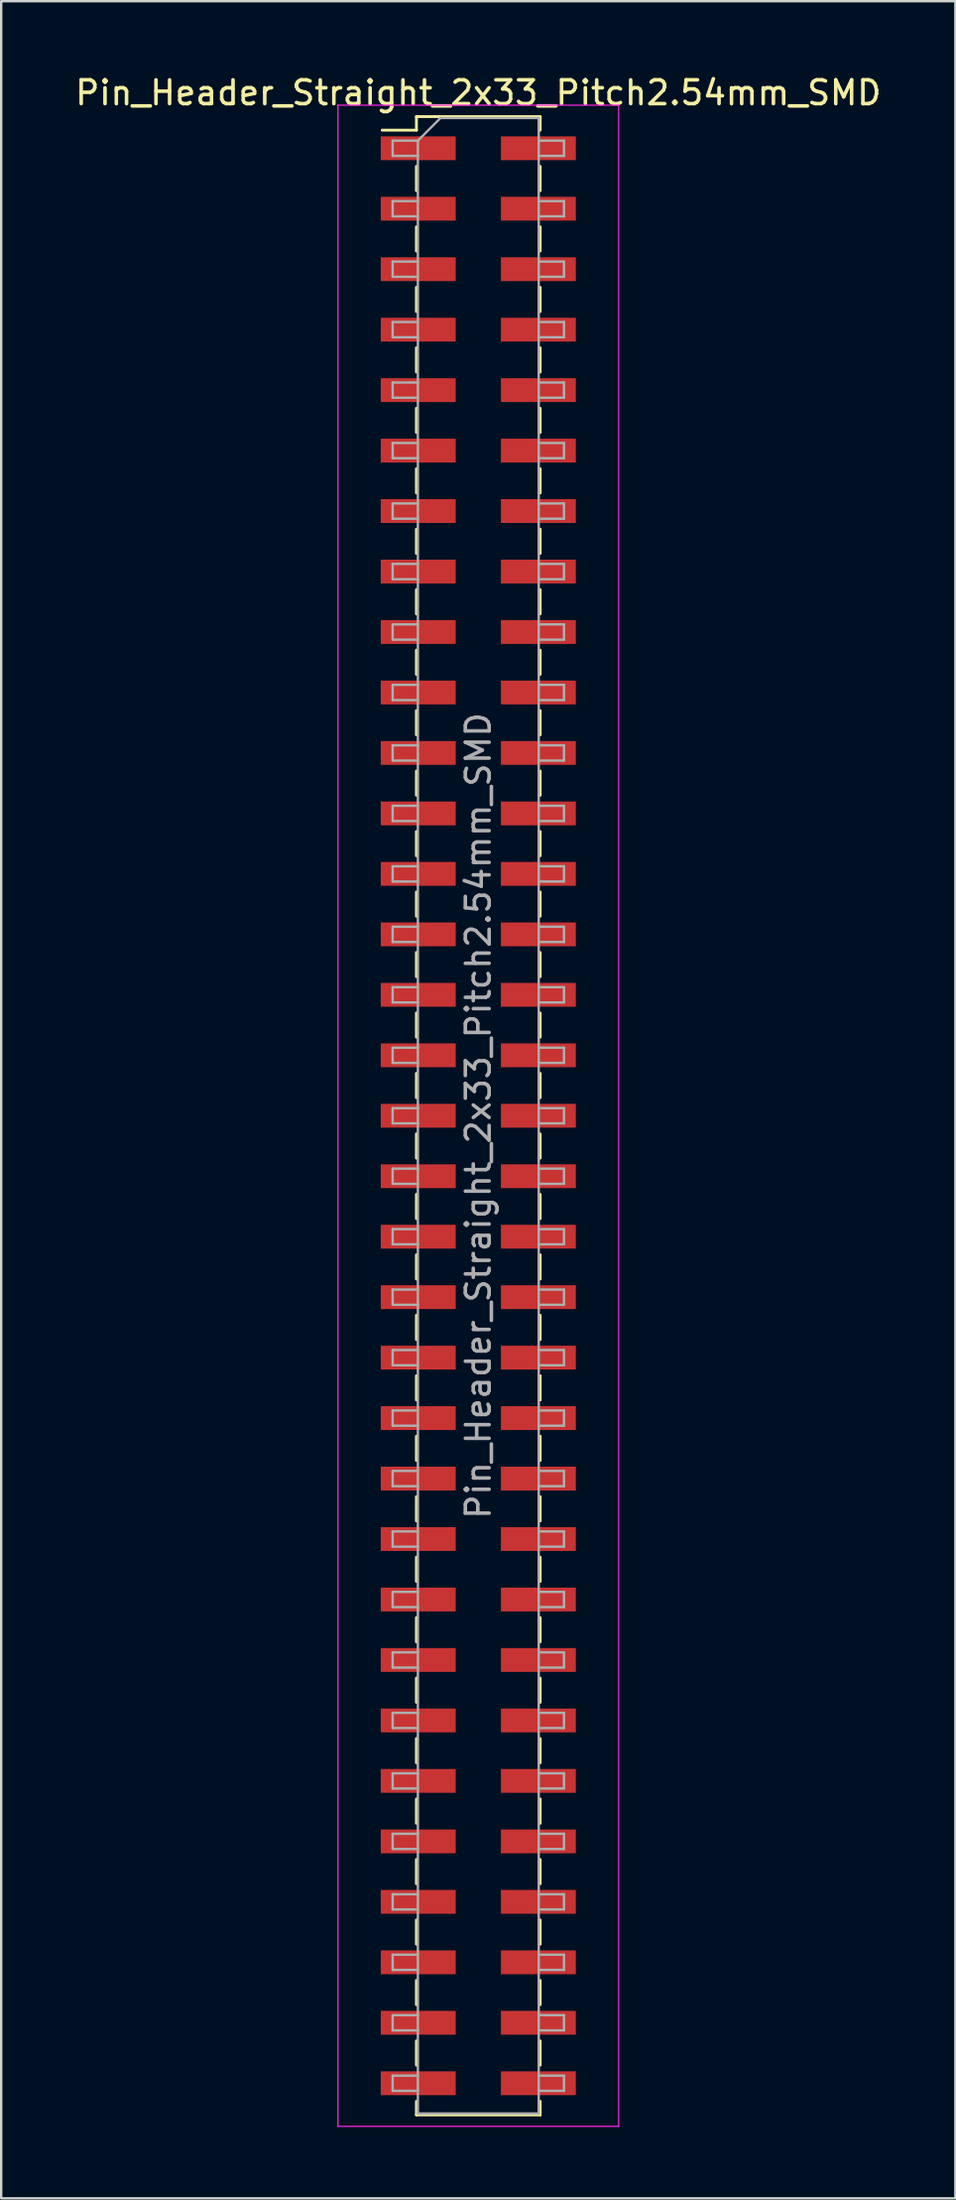
<source format=kicad_pcb>
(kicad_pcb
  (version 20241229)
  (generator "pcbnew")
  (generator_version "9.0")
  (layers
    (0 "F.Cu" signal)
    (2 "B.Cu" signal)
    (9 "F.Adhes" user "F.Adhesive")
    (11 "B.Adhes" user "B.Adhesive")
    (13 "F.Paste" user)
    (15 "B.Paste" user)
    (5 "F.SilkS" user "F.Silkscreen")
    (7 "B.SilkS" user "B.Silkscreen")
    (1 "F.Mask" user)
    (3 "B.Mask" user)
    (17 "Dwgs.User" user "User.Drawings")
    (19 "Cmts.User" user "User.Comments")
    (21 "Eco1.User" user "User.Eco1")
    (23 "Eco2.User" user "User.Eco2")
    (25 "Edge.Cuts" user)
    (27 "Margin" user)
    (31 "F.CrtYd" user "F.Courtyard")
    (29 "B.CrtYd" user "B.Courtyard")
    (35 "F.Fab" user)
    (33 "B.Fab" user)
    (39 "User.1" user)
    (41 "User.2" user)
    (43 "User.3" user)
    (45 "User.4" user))
  (footprint "Pin_Header_Straight_2x33_Pitch2.54mm_SMD"
    (layer "F.Cu")
    (at 17.054 43.818)
    (property "Reference" "Pin_Header_Straight_2x33_Pitch2.54mm_SMD" (at 0 -42.97 0) (layer "F.SilkS") (effects (font (size 1 1) (thickness 0.15))))
    (attr smd)
    (fp_line (start -4.04 -41.4) (end -2.6 -41.4) (stroke (width 0.12) (type solid)) (layer "F.SilkS"))
    (fp_line (start -2.6 -41.97) (end -2.6 -41.4) (stroke (width 0.12) (type solid)) (layer "F.SilkS"))
    (fp_line (start -2.6 -41.97) (end 2.6 -41.97) (stroke (width 0.12) (type solid)) (layer "F.SilkS"))
    (fp_line (start -2.6 -39.88) (end -2.6 -38.86) (stroke (width 0.12) (type solid)) (layer "F.SilkS"))
    (fp_line (start -2.6 -37.34) (end -2.6 -36.32) (stroke (width 0.12) (type solid)) (layer "F.SilkS"))
    (fp_line (start -2.6 -34.8) (end -2.6 -33.78) (stroke (width 0.12) (type solid)) (layer "F.SilkS"))
    (fp_line (start -2.6 -32.26) (end -2.6 -31.24) (stroke (width 0.12) (type solid)) (layer "F.SilkS"))
    (fp_line (start -2.6 -29.72) (end -2.6 -28.7) (stroke (width 0.12) (type solid)) (layer "F.SilkS"))
    (fp_line (start -2.6 -27.18) (end -2.6 -26.16) (stroke (width 0.12) (type solid)) (layer "F.SilkS"))
    (fp_line (start -2.6 -24.64) (end -2.6 -23.62) (stroke (width 0.12) (type solid)) (layer "F.SilkS"))
    (fp_line (start -2.6 -22.1) (end -2.6 -21.08) (stroke (width 0.12) (type solid)) (layer "F.SilkS"))
    (fp_line (start -2.6 -19.56) (end -2.6 -18.54) (stroke (width 0.12) (type solid)) (layer "F.SilkS"))
    (fp_line (start -2.6 -17.02) (end -2.6 -16) (stroke (width 0.12) (type solid)) (layer "F.SilkS"))
    (fp_line (start -2.6 -14.48) (end -2.6 -13.46) (stroke (width 0.12) (type solid)) (layer "F.SilkS"))
    (fp_line (start -2.6 -11.94) (end -2.6 -10.92) (stroke (width 0.12) (type solid)) (layer "F.SilkS"))
    (fp_line (start -2.6 -9.4) (end -2.6 -8.38) (stroke (width 0.12) (type solid)) (layer "F.SilkS"))
    (fp_line (start -2.6 -6.86) (end -2.6 -5.84) (stroke (width 0.12) (type solid)) (layer "F.SilkS"))
    (fp_line (start -2.6 -4.32) (end -2.6 -3.3) (stroke (width 0.12) (type solid)) (layer "F.SilkS"))
    (fp_line (start -2.6 -1.78) (end -2.6 -0.76) (stroke (width 0.12) (type solid)) (layer "F.SilkS"))
    (fp_line (start -2.6 0.76) (end -2.6 1.78) (stroke (width 0.12) (type solid)) (layer "F.SilkS"))
    (fp_line (start -2.6 3.3) (end -2.6 4.32) (stroke (width 0.12) (type solid)) (layer "F.SilkS"))
    (fp_line (start -2.6 5.84) (end -2.6 6.86) (stroke (width 0.12) (type solid)) (layer "F.SilkS"))
    (fp_line (start -2.6 8.38) (end -2.6 9.4) (stroke (width 0.12) (type solid)) (layer "F.SilkS"))
    (fp_line (start -2.6 10.92) (end -2.6 11.94) (stroke (width 0.12) (type solid)) (layer "F.SilkS"))
    (fp_line (start -2.6 13.46) (end -2.6 14.48) (stroke (width 0.12) (type solid)) (layer "F.SilkS"))
    (fp_line (start -2.6 16) (end -2.6 17.02) (stroke (width 0.12) (type solid)) (layer "F.SilkS"))
    (fp_line (start -2.6 18.54) (end -2.6 19.56) (stroke (width 0.12) (type solid)) (layer "F.SilkS"))
    (fp_line (start -2.6 21.08) (end -2.6 22.1) (stroke (width 0.12) (type solid)) (layer "F.SilkS"))
    (fp_line (start -2.6 23.62) (end -2.6 24.64) (stroke (width 0.12) (type solid)) (layer "F.SilkS"))
    (fp_line (start -2.6 26.16) (end -2.6 27.18) (stroke (width 0.12) (type solid)) (layer "F.SilkS"))
    (fp_line (start -2.6 28.7) (end -2.6 29.72) (stroke (width 0.12) (type solid)) (layer "F.SilkS"))
    (fp_line (start -2.6 31.24) (end -2.6 32.26) (stroke (width 0.12) (type solid)) (layer "F.SilkS"))
    (fp_line (start -2.6 33.78) (end -2.6 34.8) (stroke (width 0.12) (type solid)) (layer "F.SilkS"))
    (fp_line (start -2.6 36.32) (end -2.6 37.34) (stroke (width 0.12) (type solid)) (layer "F.SilkS"))
    (fp_line (start -2.6 38.86) (end -2.6 39.88) (stroke (width 0.12) (type solid)) (layer "F.SilkS"))
    (fp_line (start -2.6 41.4) (end -2.6 41.97) (stroke (width 0.12) (type solid)) (layer "F.SilkS"))
    (fp_line (start -2.6 41.97) (end 2.6 41.97) (stroke (width 0.12) (type solid)) (layer "F.SilkS"))
    (fp_line (start 2.6 -41.97) (end 2.6 -41.4) (stroke (width 0.12) (type solid)) (layer "F.SilkS"))
    (fp_line (start 2.6 -39.88) (end 2.6 -38.86) (stroke (width 0.12) (type solid)) (layer "F.SilkS"))
    (fp_line (start 2.6 -37.34) (end 2.6 -36.32) (stroke (width 0.12) (type solid)) (layer "F.SilkS"))
    (fp_line (start 2.6 -34.8) (end 2.6 -33.78) (stroke (width 0.12) (type solid)) (layer "F.SilkS"))
    (fp_line (start 2.6 -32.26) (end 2.6 -31.24) (stroke (width 0.12) (type solid)) (layer "F.SilkS"))
    (fp_line (start 2.6 -29.72) (end 2.6 -28.7) (stroke (width 0.12) (type solid)) (layer "F.SilkS"))
    (fp_line (start 2.6 -27.18) (end 2.6 -26.16) (stroke (width 0.12) (type solid)) (layer "F.SilkS"))
    (fp_line (start 2.6 -24.64) (end 2.6 -23.62) (stroke (width 0.12) (type solid)) (layer "F.SilkS"))
    (fp_line (start 2.6 -22.1) (end 2.6 -21.08) (stroke (width 0.12) (type solid)) (layer "F.SilkS"))
    (fp_line (start 2.6 -19.56) (end 2.6 -18.54) (stroke (width 0.12) (type solid)) (layer "F.SilkS"))
    (fp_line (start 2.6 -17.02) (end 2.6 -16) (stroke (width 0.12) (type solid)) (layer "F.SilkS"))
    (fp_line (start 2.6 -14.48) (end 2.6 -13.46) (stroke (width 0.12) (type solid)) (layer "F.SilkS"))
    (fp_line (start 2.6 -11.94) (end 2.6 -10.92) (stroke (width 0.12) (type solid)) (layer "F.SilkS"))
    (fp_line (start 2.6 -9.4) (end 2.6 -8.38) (stroke (width 0.12) (type solid)) (layer "F.SilkS"))
    (fp_line (start 2.6 -6.86) (end 2.6 -5.84) (stroke (width 0.12) (type solid)) (layer "F.SilkS"))
    (fp_line (start 2.6 -4.32) (end 2.6 -3.3) (stroke (width 0.12) (type solid)) (layer "F.SilkS"))
    (fp_line (start 2.6 -1.78) (end 2.6 -0.76) (stroke (width 0.12) (type solid)) (layer "F.SilkS"))
    (fp_line (start 2.6 0.76) (end 2.6 1.78) (stroke (width 0.12) (type solid)) (layer "F.SilkS"))
    (fp_line (start 2.6 3.3) (end 2.6 4.32) (stroke (width 0.12) (type solid)) (layer "F.SilkS"))
    (fp_line (start 2.6 5.84) (end 2.6 6.86) (stroke (width 0.12) (type solid)) (layer "F.SilkS"))
    (fp_line (start 2.6 8.38) (end 2.6 9.4) (stroke (width 0.12) (type solid)) (layer "F.SilkS"))
    (fp_line (start 2.6 10.92) (end 2.6 11.94) (stroke (width 0.12) (type solid)) (layer "F.SilkS"))
    (fp_line (start 2.6 13.46) (end 2.6 14.48) (stroke (width 0.12) (type solid)) (layer "F.SilkS"))
    (fp_line (start 2.6 16) (end 2.6 17.02) (stroke (width 0.12) (type solid)) (layer "F.SilkS"))
    (fp_line (start 2.6 18.54) (end 2.6 19.56) (stroke (width 0.12) (type solid)) (layer "F.SilkS"))
    (fp_line (start 2.6 21.08) (end 2.6 22.1) (stroke (width 0.12) (type solid)) (layer "F.SilkS"))
    (fp_line (start 2.6 23.62) (end 2.6 24.64) (stroke (width 0.12) (type solid)) (layer "F.SilkS"))
    (fp_line (start 2.6 26.16) (end 2.6 27.18) (stroke (width 0.12) (type solid)) (layer "F.SilkS"))
    (fp_line (start 2.6 28.7) (end 2.6 29.72) (stroke (width 0.12) (type solid)) (layer "F.SilkS"))
    (fp_line (start 2.6 31.24) (end 2.6 32.26) (stroke (width 0.12) (type solid)) (layer "F.SilkS"))
    (fp_line (start 2.6 33.78) (end 2.6 34.8) (stroke (width 0.12) (type solid)) (layer "F.SilkS"))
    (fp_line (start 2.6 36.32) (end 2.6 37.34) (stroke (width 0.12) (type solid)) (layer "F.SilkS"))
    (fp_line (start 2.6 38.86) (end 2.6 39.88) (stroke (width 0.12) (type solid)) (layer "F.SilkS"))
    (fp_line (start 2.6 41.4) (end 2.6 41.97) (stroke (width 0.12) (type solid)) (layer "F.SilkS"))
    (fp_line (start -5.9 -42.45) (end -5.9 42.45) (stroke (width 0.05) (type solid)) (layer "F.CrtYd"))
    (fp_line (start -5.9 42.45) (end 5.9 42.45) (stroke (width 0.05) (type solid)) (layer "F.CrtYd"))
    (fp_line (start 5.9 -42.45) (end -5.9 -42.45) (stroke (width 0.05) (type solid)) (layer "F.CrtYd"))
    (fp_line (start 5.9 42.45) (end 5.9 -42.45) (stroke (width 0.05) (type solid)) (layer "F.CrtYd"))
    (fp_line (start -3.6 -40.96) (end -3.6 -40.32) (stroke (width 0.1) (type solid)) (layer "F.Fab"))
    (fp_line (start -3.6 -40.32) (end -2.54 -40.32) (stroke (width 0.1) (type solid)) (layer "F.Fab"))
    (fp_line (start -3.6 -38.42) (end -3.6 -37.78) (stroke (width 0.1) (type solid)) (layer "F.Fab"))
    (fp_line (start -3.6 -37.78) (end -2.54 -37.78) (stroke (width 0.1) (type solid)) (layer "F.Fab"))
    (fp_line (start -3.6 -35.88) (end -3.6 -35.24) (stroke (width 0.1) (type solid)) (layer "F.Fab"))
    (fp_line (start -3.6 -35.24) (end -2.54 -35.24) (stroke (width 0.1) (type solid)) (layer "F.Fab"))
    (fp_line (start -3.6 -33.34) (end -3.6 -32.7) (stroke (width 0.1) (type solid)) (layer "F.Fab"))
    (fp_line (start -3.6 -32.7) (end -2.54 -32.7) (stroke (width 0.1) (type solid)) (layer "F.Fab"))
    (fp_line (start -3.6 -30.8) (end -3.6 -30.16) (stroke (width 0.1) (type solid)) (layer "F.Fab"))
    (fp_line (start -3.6 -30.16) (end -2.54 -30.16) (stroke (width 0.1) (type solid)) (layer "F.Fab"))
    (fp_line (start -3.6 -28.26) (end -3.6 -27.62) (stroke (width 0.1) (type solid)) (layer "F.Fab"))
    (fp_line (start -3.6 -27.62) (end -2.54 -27.62) (stroke (width 0.1) (type solid)) (layer "F.Fab"))
    (fp_line (start -3.6 -25.72) (end -3.6 -25.08) (stroke (width 0.1) (type solid)) (layer "F.Fab"))
    (fp_line (start -3.6 -25.08) (end -2.54 -25.08) (stroke (width 0.1) (type solid)) (layer "F.Fab"))
    (fp_line (start -3.6 -23.18) (end -3.6 -22.54) (stroke (width 0.1) (type solid)) (layer "F.Fab"))
    (fp_line (start -3.6 -22.54) (end -2.54 -22.54) (stroke (width 0.1) (type solid)) (layer "F.Fab"))
    (fp_line (start -3.6 -20.64) (end -3.6 -20) (stroke (width 0.1) (type solid)) (layer "F.Fab"))
    (fp_line (start -3.6 -20) (end -2.54 -20) (stroke (width 0.1) (type solid)) (layer "F.Fab"))
    (fp_line (start -3.6 -18.1) (end -3.6 -17.46) (stroke (width 0.1) (type solid)) (layer "F.Fab"))
    (fp_line (start -3.6 -17.46) (end -2.54 -17.46) (stroke (width 0.1) (type solid)) (layer "F.Fab"))
    (fp_line (start -3.6 -15.56) (end -3.6 -14.92) (stroke (width 0.1) (type solid)) (layer "F.Fab"))
    (fp_line (start -3.6 -14.92) (end -2.54 -14.92) (stroke (width 0.1) (type solid)) (layer "F.Fab"))
    (fp_line (start -3.6 -13.02) (end -3.6 -12.38) (stroke (width 0.1) (type solid)) (layer "F.Fab"))
    (fp_line (start -3.6 -12.38) (end -2.54 -12.38) (stroke (width 0.1) (type solid)) (layer "F.Fab"))
    (fp_line (start -3.6 -10.48) (end -3.6 -9.84) (stroke (width 0.1) (type solid)) (layer "F.Fab"))
    (fp_line (start -3.6 -9.84) (end -2.54 -9.84) (stroke (width 0.1) (type solid)) (layer "F.Fab"))
    (fp_line (start -3.6 -7.94) (end -3.6 -7.3) (stroke (width 0.1) (type solid)) (layer "F.Fab"))
    (fp_line (start -3.6 -7.3) (end -2.54 -7.3) (stroke (width 0.1) (type solid)) (layer "F.Fab"))
    (fp_line (start -3.6 -5.4) (end -3.6 -4.76) (stroke (width 0.1) (type solid)) (layer "F.Fab"))
    (fp_line (start -3.6 -4.76) (end -2.54 -4.76) (stroke (width 0.1) (type solid)) (layer "F.Fab"))
    (fp_line (start -3.6 -2.86) (end -3.6 -2.22) (stroke (width 0.1) (type solid)) (layer "F.Fab"))
    (fp_line (start -3.6 -2.22) (end -2.54 -2.22) (stroke (width 0.1) (type solid)) (layer "F.Fab"))
    (fp_line (start -3.6 -0.32) (end -3.6 0.32) (stroke (width 0.1) (type solid)) (layer "F.Fab"))
    (fp_line (start -3.6 0.32) (end -2.54 0.32) (stroke (width 0.1) (type solid)) (layer "F.Fab"))
    (fp_line (start -3.6 2.22) (end -3.6 2.86) (stroke (width 0.1) (type solid)) (layer "F.Fab"))
    (fp_line (start -3.6 2.86) (end -2.54 2.86) (stroke (width 0.1) (type solid)) (layer "F.Fab"))
    (fp_line (start -3.6 4.76) (end -3.6 5.4) (stroke (width 0.1) (type solid)) (layer "F.Fab"))
    (fp_line (start -3.6 5.4) (end -2.54 5.4) (stroke (width 0.1) (type solid)) (layer "F.Fab"))
    (fp_line (start -3.6 7.3) (end -3.6 7.94) (stroke (width 0.1) (type solid)) (layer "F.Fab"))
    (fp_line (start -3.6 7.94) (end -2.54 7.94) (stroke (width 0.1) (type solid)) (layer "F.Fab"))
    (fp_line (start -3.6 9.84) (end -3.6 10.48) (stroke (width 0.1) (type solid)) (layer "F.Fab"))
    (fp_line (start -3.6 10.48) (end -2.54 10.48) (stroke (width 0.1) (type solid)) (layer "F.Fab"))
    (fp_line (start -3.6 12.38) (end -3.6 13.02) (stroke (width 0.1) (type solid)) (layer "F.Fab"))
    (fp_line (start -3.6 13.02) (end -2.54 13.02) (stroke (width 0.1) (type solid)) (layer "F.Fab"))
    (fp_line (start -3.6 14.92) (end -3.6 15.56) (stroke (width 0.1) (type solid)) (layer "F.Fab"))
    (fp_line (start -3.6 15.56) (end -2.54 15.56) (stroke (width 0.1) (type solid)) (layer "F.Fab"))
    (fp_line (start -3.6 17.46) (end -3.6 18.1) (stroke (width 0.1) (type solid)) (layer "F.Fab"))
    (fp_line (start -3.6 18.1) (end -2.54 18.1) (stroke (width 0.1) (type solid)) (layer "F.Fab"))
    (fp_line (start -3.6 20) (end -3.6 20.64) (stroke (width 0.1) (type solid)) (layer "F.Fab"))
    (fp_line (start -3.6 20.64) (end -2.54 20.64) (stroke (width 0.1) (type solid)) (layer "F.Fab"))
    (fp_line (start -3.6 22.54) (end -3.6 23.18) (stroke (width 0.1) (type solid)) (layer "F.Fab"))
    (fp_line (start -3.6 23.18) (end -2.54 23.18) (stroke (width 0.1) (type solid)) (layer "F.Fab"))
    (fp_line (start -3.6 25.08) (end -3.6 25.72) (stroke (width 0.1) (type solid)) (layer "F.Fab"))
    (fp_line (start -3.6 25.72) (end -2.54 25.72) (stroke (width 0.1) (type solid)) (layer "F.Fab"))
    (fp_line (start -3.6 27.62) (end -3.6 28.26) (stroke (width 0.1) (type solid)) (layer "F.Fab"))
    (fp_line (start -3.6 28.26) (end -2.54 28.26) (stroke (width 0.1) (type solid)) (layer "F.Fab"))
    (fp_line (start -3.6 30.16) (end -3.6 30.8) (stroke (width 0.1) (type solid)) (layer "F.Fab"))
    (fp_line (start -3.6 30.8) (end -2.54 30.8) (stroke (width 0.1) (type solid)) (layer "F.Fab"))
    (fp_line (start -3.6 32.7) (end -3.6 33.34) (stroke (width 0.1) (type solid)) (layer "F.Fab"))
    (fp_line (start -3.6 33.34) (end -2.54 33.34) (stroke (width 0.1) (type solid)) (layer "F.Fab"))
    (fp_line (start -3.6 35.24) (end -3.6 35.88) (stroke (width 0.1) (type solid)) (layer "F.Fab"))
    (fp_line (start -3.6 35.88) (end -2.54 35.88) (stroke (width 0.1) (type solid)) (layer "F.Fab"))
    (fp_line (start -3.6 37.78) (end -3.6 38.42) (stroke (width 0.1) (type solid)) (layer "F.Fab"))
    (fp_line (start -3.6 38.42) (end -2.54 38.42) (stroke (width 0.1) (type solid)) (layer "F.Fab"))
    (fp_line (start -3.6 40.32) (end -3.6 40.96) (stroke (width 0.1) (type solid)) (layer "F.Fab"))
    (fp_line (start -3.6 40.96) (end -2.54 40.96) (stroke (width 0.1) (type solid)) (layer "F.Fab"))
    (fp_line (start -2.54 -40.96) (end -3.6 -40.96) (stroke (width 0.1) (type solid)) (layer "F.Fab"))
    (fp_line (start -2.54 -40.96) (end -1.59 -41.91) (stroke (width 0.1) (type solid)) (layer "F.Fab"))
    (fp_line (start -2.54 -38.42) (end -3.6 -38.42) (stroke (width 0.1) (type solid)) (layer "F.Fab"))
    (fp_line (start -2.54 -35.88) (end -3.6 -35.88) (stroke (width 0.1) (type solid)) (layer "F.Fab"))
    (fp_line (start -2.54 -33.34) (end -3.6 -33.34) (stroke (width 0.1) (type solid)) (layer "F.Fab"))
    (fp_line (start -2.54 -30.8) (end -3.6 -30.8) (stroke (width 0.1) (type solid)) (layer "F.Fab"))
    (fp_line (start -2.54 -28.26) (end -3.6 -28.26) (stroke (width 0.1) (type solid)) (layer "F.Fab"))
    (fp_line (start -2.54 -25.72) (end -3.6 -25.72) (stroke (width 0.1) (type solid)) (layer "F.Fab"))
    (fp_line (start -2.54 -23.18) (end -3.6 -23.18) (stroke (width 0.1) (type solid)) (layer "F.Fab"))
    (fp_line (start -2.54 -20.64) (end -3.6 -20.64) (stroke (width 0.1) (type solid)) (layer "F.Fab"))
    (fp_line (start -2.54 -18.1) (end -3.6 -18.1) (stroke (width 0.1) (type solid)) (layer "F.Fab"))
    (fp_line (start -2.54 -15.56) (end -3.6 -15.56) (stroke (width 0.1) (type solid)) (layer "F.Fab"))
    (fp_line (start -2.54 -13.02) (end -3.6 -13.02) (stroke (width 0.1) (type solid)) (layer "F.Fab"))
    (fp_line (start -2.54 -10.48) (end -3.6 -10.48) (stroke (width 0.1) (type solid)) (layer "F.Fab"))
    (fp_line (start -2.54 -7.94) (end -3.6 -7.94) (stroke (width 0.1) (type solid)) (layer "F.Fab"))
    (fp_line (start -2.54 -5.4) (end -3.6 -5.4) (stroke (width 0.1) (type solid)) (layer "F.Fab"))
    (fp_line (start -2.54 -2.86) (end -3.6 -2.86) (stroke (width 0.1) (type solid)) (layer "F.Fab"))
    (fp_line (start -2.54 -0.32) (end -3.6 -0.32) (stroke (width 0.1) (type solid)) (layer "F.Fab"))
    (fp_line (start -2.54 2.22) (end -3.6 2.22) (stroke (width 0.1) (type solid)) (layer "F.Fab"))
    (fp_line (start -2.54 4.76) (end -3.6 4.76) (stroke (width 0.1) (type solid)) (layer "F.Fab"))
    (fp_line (start -2.54 7.3) (end -3.6 7.3) (stroke (width 0.1) (type solid)) (layer "F.Fab"))
    (fp_line (start -2.54 9.84) (end -3.6 9.84) (stroke (width 0.1) (type solid)) (layer "F.Fab"))
    (fp_line (start -2.54 12.38) (end -3.6 12.38) (stroke (width 0.1) (type solid)) (layer "F.Fab"))
    (fp_line (start -2.54 14.92) (end -3.6 14.92) (stroke (width 0.1) (type solid)) (layer "F.Fab"))
    (fp_line (start -2.54 17.46) (end -3.6 17.46) (stroke (width 0.1) (type solid)) (layer "F.Fab"))
    (fp_line (start -2.54 20) (end -3.6 20) (stroke (width 0.1) (type solid)) (layer "F.Fab"))
    (fp_line (start -2.54 22.54) (end -3.6 22.54) (stroke (width 0.1) (type solid)) (layer "F.Fab"))
    (fp_line (start -2.54 25.08) (end -3.6 25.08) (stroke (width 0.1) (type solid)) (layer "F.Fab"))
    (fp_line (start -2.54 27.62) (end -3.6 27.62) (stroke (width 0.1) (type solid)) (layer "F.Fab"))
    (fp_line (start -2.54 30.16) (end -3.6 30.16) (stroke (width 0.1) (type solid)) (layer "F.Fab"))
    (fp_line (start -2.54 32.7) (end -3.6 32.7) (stroke (width 0.1) (type solid)) (layer "F.Fab"))
    (fp_line (start -2.54 35.24) (end -3.6 35.24) (stroke (width 0.1) (type solid)) (layer "F.Fab"))
    (fp_line (start -2.54 37.78) (end -3.6 37.78) (stroke (width 0.1) (type solid)) (layer "F.Fab"))
    (fp_line (start -2.54 40.32) (end -3.6 40.32) (stroke (width 0.1) (type solid)) (layer "F.Fab"))
    (fp_line (start -2.54 41.91) (end -2.54 -40.96) (stroke (width 0.1) (type solid)) (layer "F.Fab"))
    (fp_line (start -1.59 -41.91) (end 2.54 -41.91) (stroke (width 0.1) (type solid)) (layer "F.Fab"))
    (fp_line (start 2.54 -41.91) (end 2.54 41.91) (stroke (width 0.1) (type solid)) (layer "F.Fab"))
    (fp_line (start 2.54 -40.96) (end 3.6 -40.96) (stroke (width 0.1) (type solid)) (layer "F.Fab"))
    (fp_line (start 2.54 -38.42) (end 3.6 -38.42) (stroke (width 0.1) (type solid)) (layer "F.Fab"))
    (fp_line (start 2.54 -35.88) (end 3.6 -35.88) (stroke (width 0.1) (type solid)) (layer "F.Fab"))
    (fp_line (start 2.54 -33.34) (end 3.6 -33.34) (stroke (width 0.1) (type solid)) (layer "F.Fab"))
    (fp_line (start 2.54 -30.8) (end 3.6 -30.8) (stroke (width 0.1) (type solid)) (layer "F.Fab"))
    (fp_line (start 2.54 -28.26) (end 3.6 -28.26) (stroke (width 0.1) (type solid)) (layer "F.Fab"))
    (fp_line (start 2.54 -25.72) (end 3.6 -25.72) (stroke (width 0.1) (type solid)) (layer "F.Fab"))
    (fp_line (start 2.54 -23.18) (end 3.6 -23.18) (stroke (width 0.1) (type solid)) (layer "F.Fab"))
    (fp_line (start 2.54 -20.64) (end 3.6 -20.64) (stroke (width 0.1) (type solid)) (layer "F.Fab"))
    (fp_line (start 2.54 -18.1) (end 3.6 -18.1) (stroke (width 0.1) (type solid)) (layer "F.Fab"))
    (fp_line (start 2.54 -15.56) (end 3.6 -15.56) (stroke (width 0.1) (type solid)) (layer "F.Fab"))
    (fp_line (start 2.54 -13.02) (end 3.6 -13.02) (stroke (width 0.1) (type solid)) (layer "F.Fab"))
    (fp_line (start 2.54 -10.48) (end 3.6 -10.48) (stroke (width 0.1) (type solid)) (layer "F.Fab"))
    (fp_line (start 2.54 -7.94) (end 3.6 -7.94) (stroke (width 0.1) (type solid)) (layer "F.Fab"))
    (fp_line (start 2.54 -5.4) (end 3.6 -5.4) (stroke (width 0.1) (type solid)) (layer "F.Fab"))
    (fp_line (start 2.54 -2.86) (end 3.6 -2.86) (stroke (width 0.1) (type solid)) (layer "F.Fab"))
    (fp_line (start 2.54 -0.32) (end 3.6 -0.32) (stroke (width 0.1) (type solid)) (layer "F.Fab"))
    (fp_line (start 2.54 2.22) (end 3.6 2.22) (stroke (width 0.1) (type solid)) (layer "F.Fab"))
    (fp_line (start 2.54 4.76) (end 3.6 4.76) (stroke (width 0.1) (type solid)) (layer "F.Fab"))
    (fp_line (start 2.54 7.3) (end 3.6 7.3) (stroke (width 0.1) (type solid)) (layer "F.Fab"))
    (fp_line (start 2.54 9.84) (end 3.6 9.84) (stroke (width 0.1) (type solid)) (layer "F.Fab"))
    (fp_line (start 2.54 12.38) (end 3.6 12.38) (stroke (width 0.1) (type solid)) (layer "F.Fab"))
    (fp_line (start 2.54 14.92) (end 3.6 14.92) (stroke (width 0.1) (type solid)) (layer "F.Fab"))
    (fp_line (start 2.54 17.46) (end 3.6 17.46) (stroke (width 0.1) (type solid)) (layer "F.Fab"))
    (fp_line (start 2.54 20) (end 3.6 20) (stroke (width 0.1) (type solid)) (layer "F.Fab"))
    (fp_line (start 2.54 22.54) (end 3.6 22.54) (stroke (width 0.1) (type solid)) (layer "F.Fab"))
    (fp_line (start 2.54 25.08) (end 3.6 25.08) (stroke (width 0.1) (type solid)) (layer "F.Fab"))
    (fp_line (start 2.54 27.62) (end 3.6 27.62) (stroke (width 0.1) (type solid)) (layer "F.Fab"))
    (fp_line (start 2.54 30.16) (end 3.6 30.16) (stroke (width 0.1) (type solid)) (layer "F.Fab"))
    (fp_line (start 2.54 32.7) (end 3.6 32.7) (stroke (width 0.1) (type solid)) (layer "F.Fab"))
    (fp_line (start 2.54 35.24) (end 3.6 35.24) (stroke (width 0.1) (type solid)) (layer "F.Fab"))
    (fp_line (start 2.54 37.78) (end 3.6 37.78) (stroke (width 0.1) (type solid)) (layer "F.Fab"))
    (fp_line (start 2.54 40.32) (end 3.6 40.32) (stroke (width 0.1) (type solid)) (layer "F.Fab"))
    (fp_line (start 2.54 41.91) (end -2.54 41.91) (stroke (width 0.1) (type solid)) (layer "F.Fab"))
    (fp_line (start 3.6 -40.96) (end 3.6 -40.32) (stroke (width 0.1) (type solid)) (layer "F.Fab"))
    (fp_line (start 3.6 -40.32) (end 2.54 -40.32) (stroke (width 0.1) (type solid)) (layer "F.Fab"))
    (fp_line (start 3.6 -38.42) (end 3.6 -37.78) (stroke (width 0.1) (type solid)) (layer "F.Fab"))
    (fp_line (start 3.6 -37.78) (end 2.54 -37.78) (stroke (width 0.1) (type solid)) (layer "F.Fab"))
    (fp_line (start 3.6 -35.88) (end 3.6 -35.24) (stroke (width 0.1) (type solid)) (layer "F.Fab"))
    (fp_line (start 3.6 -35.24) (end 2.54 -35.24) (stroke (width 0.1) (type solid)) (layer "F.Fab"))
    (fp_line (start 3.6 -33.34) (end 3.6 -32.7) (stroke (width 0.1) (type solid)) (layer "F.Fab"))
    (fp_line (start 3.6 -32.7) (end 2.54 -32.7) (stroke (width 0.1) (type solid)) (layer "F.Fab"))
    (fp_line (start 3.6 -30.8) (end 3.6 -30.16) (stroke (width 0.1) (type solid)) (layer "F.Fab"))
    (fp_line (start 3.6 -30.16) (end 2.54 -30.16) (stroke (width 0.1) (type solid)) (layer "F.Fab"))
    (fp_line (start 3.6 -28.26) (end 3.6 -27.62) (stroke (width 0.1) (type solid)) (layer "F.Fab"))
    (fp_line (start 3.6 -27.62) (end 2.54 -27.62) (stroke (width 0.1) (type solid)) (layer "F.Fab"))
    (fp_line (start 3.6 -25.72) (end 3.6 -25.08) (stroke (width 0.1) (type solid)) (layer "F.Fab"))
    (fp_line (start 3.6 -25.08) (end 2.54 -25.08) (stroke (width 0.1) (type solid)) (layer "F.Fab"))
    (fp_line (start 3.6 -23.18) (end 3.6 -22.54) (stroke (width 0.1) (type solid)) (layer "F.Fab"))
    (fp_line (start 3.6 -22.54) (end 2.54 -22.54) (stroke (width 0.1) (type solid)) (layer "F.Fab"))
    (fp_line (start 3.6 -20.64) (end 3.6 -20) (stroke (width 0.1) (type solid)) (layer "F.Fab"))
    (fp_line (start 3.6 -20) (end 2.54 -20) (stroke (width 0.1) (type solid)) (layer "F.Fab"))
    (fp_line (start 3.6 -18.1) (end 3.6 -17.46) (stroke (width 0.1) (type solid)) (layer "F.Fab"))
    (fp_line (start 3.6 -17.46) (end 2.54 -17.46) (stroke (width 0.1) (type solid)) (layer "F.Fab"))
    (fp_line (start 3.6 -15.56) (end 3.6 -14.92) (stroke (width 0.1) (type solid)) (layer "F.Fab"))
    (fp_line (start 3.6 -14.92) (end 2.54 -14.92) (stroke (width 0.1) (type solid)) (layer "F.Fab"))
    (fp_line (start 3.6 -13.02) (end 3.6 -12.38) (stroke (width 0.1) (type solid)) (layer "F.Fab"))
    (fp_line (start 3.6 -12.38) (end 2.54 -12.38) (stroke (width 0.1) (type solid)) (layer "F.Fab"))
    (fp_line (start 3.6 -10.48) (end 3.6 -9.84) (stroke (width 0.1) (type solid)) (layer "F.Fab"))
    (fp_line (start 3.6 -9.84) (end 2.54 -9.84) (stroke (width 0.1) (type solid)) (layer "F.Fab"))
    (fp_line (start 3.6 -7.94) (end 3.6 -7.3) (stroke (width 0.1) (type solid)) (layer "F.Fab"))
    (fp_line (start 3.6 -7.3) (end 2.54 -7.3) (stroke (width 0.1) (type solid)) (layer "F.Fab"))
    (fp_line (start 3.6 -5.4) (end 3.6 -4.76) (stroke (width 0.1) (type solid)) (layer "F.Fab"))
    (fp_line (start 3.6 -4.76) (end 2.54 -4.76) (stroke (width 0.1) (type solid)) (layer "F.Fab"))
    (fp_line (start 3.6 -2.86) (end 3.6 -2.22) (stroke (width 0.1) (type solid)) (layer "F.Fab"))
    (fp_line (start 3.6 -2.22) (end 2.54 -2.22) (stroke (width 0.1) (type solid)) (layer "F.Fab"))
    (fp_line (start 3.6 -0.32) (end 3.6 0.32) (stroke (width 0.1) (type solid)) (layer "F.Fab"))
    (fp_line (start 3.6 0.32) (end 2.54 0.32) (stroke (width 0.1) (type solid)) (layer "F.Fab"))
    (fp_line (start 3.6 2.22) (end 3.6 2.86) (stroke (width 0.1) (type solid)) (layer "F.Fab"))
    (fp_line (start 3.6 2.86) (end 2.54 2.86) (stroke (width 0.1) (type solid)) (layer "F.Fab"))
    (fp_line (start 3.6 4.76) (end 3.6 5.4) (stroke (width 0.1) (type solid)) (layer "F.Fab"))
    (fp_line (start 3.6 5.4) (end 2.54 5.4) (stroke (width 0.1) (type solid)) (layer "F.Fab"))
    (fp_line (start 3.6 7.3) (end 3.6 7.94) (stroke (width 0.1) (type solid)) (layer "F.Fab"))
    (fp_line (start 3.6 7.94) (end 2.54 7.94) (stroke (width 0.1) (type solid)) (layer "F.Fab"))
    (fp_line (start 3.6 9.84) (end 3.6 10.48) (stroke (width 0.1) (type solid)) (layer "F.Fab"))
    (fp_line (start 3.6 10.48) (end 2.54 10.48) (stroke (width 0.1) (type solid)) (layer "F.Fab"))
    (fp_line (start 3.6 12.38) (end 3.6 13.02) (stroke (width 0.1) (type solid)) (layer "F.Fab"))
    (fp_line (start 3.6 13.02) (end 2.54 13.02) (stroke (width 0.1) (type solid)) (layer "F.Fab"))
    (fp_line (start 3.6 14.92) (end 3.6 15.56) (stroke (width 0.1) (type solid)) (layer "F.Fab"))
    (fp_line (start 3.6 15.56) (end 2.54 15.56) (stroke (width 0.1) (type solid)) (layer "F.Fab"))
    (fp_line (start 3.6 17.46) (end 3.6 18.1) (stroke (width 0.1) (type solid)) (layer "F.Fab"))
    (fp_line (start 3.6 18.1) (end 2.54 18.1) (stroke (width 0.1) (type solid)) (layer "F.Fab"))
    (fp_line (start 3.6 20) (end 3.6 20.64) (stroke (width 0.1) (type solid)) (layer "F.Fab"))
    (fp_line (start 3.6 20.64) (end 2.54 20.64) (stroke (width 0.1) (type solid)) (layer "F.Fab"))
    (fp_line (start 3.6 22.54) (end 3.6 23.18) (stroke (width 0.1) (type solid)) (layer "F.Fab"))
    (fp_line (start 3.6 23.18) (end 2.54 23.18) (stroke (width 0.1) (type solid)) (layer "F.Fab"))
    (fp_line (start 3.6 25.08) (end 3.6 25.72) (stroke (width 0.1) (type solid)) (layer "F.Fab"))
    (fp_line (start 3.6 25.72) (end 2.54 25.72) (stroke (width 0.1) (type solid)) (layer "F.Fab"))
    (fp_line (start 3.6 27.62) (end 3.6 28.26) (stroke (width 0.1) (type solid)) (layer "F.Fab"))
    (fp_line (start 3.6 28.26) (end 2.54 28.26) (stroke (width 0.1) (type solid)) (layer "F.Fab"))
    (fp_line (start 3.6 30.16) (end 3.6 30.8) (stroke (width 0.1) (type solid)) (layer "F.Fab"))
    (fp_line (start 3.6 30.8) (end 2.54 30.8) (stroke (width 0.1) (type solid)) (layer "F.Fab"))
    (fp_line (start 3.6 32.7) (end 3.6 33.34) (stroke (width 0.1) (type solid)) (layer "F.Fab"))
    (fp_line (start 3.6 33.34) (end 2.54 33.34) (stroke (width 0.1) (type solid)) (layer "F.Fab"))
    (fp_line (start 3.6 35.24) (end 3.6 35.88) (stroke (width 0.1) (type solid)) (layer "F.Fab"))
    (fp_line (start 3.6 35.88) (end 2.54 35.88) (stroke (width 0.1) (type solid)) (layer "F.Fab"))
    (fp_line (start 3.6 37.78) (end 3.6 38.42) (stroke (width 0.1) (type solid)) (layer "F.Fab"))
    (fp_line (start 3.6 38.42) (end 2.54 38.42) (stroke (width 0.1) (type solid)) (layer "F.Fab"))
    (fp_line (start 3.6 40.32) (end 3.6 40.96) (stroke (width 0.1) (type solid)) (layer "F.Fab"))
    (fp_line (start 3.6 40.96) (end 2.54 40.96) (stroke (width 0.1) (type solid)) (layer "F.Fab"))
    (fp_text user "${REFERENCE}" (at 0 0 90) (layer "F.Fab") (effects (font (size 1 1) (thickness 0.15))))
    (pad "1" smd rect (at -2.525 -40.64) (size 3.15 1) (layers "F.Cu" "F.Mask" "F.Paste"))
    (pad "2" smd rect (at 2.525 -40.64) (size 3.15 1) (layers "F.Cu" "F.Mask" "F.Paste"))
    (pad "3" smd rect (at -2.525 -38.1) (size 3.15 1) (layers "F.Cu" "F.Mask" "F.Paste"))
    (pad "4" smd rect (at 2.525 -38.1) (size 3.15 1) (layers "F.Cu" "F.Mask" "F.Paste"))
    (pad "5" smd rect (at -2.525 -35.56) (size 3.15 1) (layers "F.Cu" "F.Mask" "F.Paste"))
    (pad "6" smd rect (at 2.525 -35.56) (size 3.15 1) (layers "F.Cu" "F.Mask" "F.Paste"))
    (pad "7" smd rect (at -2.525 -33.02) (size 3.15 1) (layers "F.Cu" "F.Mask" "F.Paste"))
    (pad "8" smd rect (at 2.525 -33.02) (size 3.15 1) (layers "F.Cu" "F.Mask" "F.Paste"))
    (pad "9" smd rect (at -2.525 -30.48) (size 3.15 1) (layers "F.Cu" "F.Mask" "F.Paste"))
    (pad "10" smd rect (at 2.525 -30.48) (size 3.15 1) (layers "F.Cu" "F.Mask" "F.Paste"))
    (pad "11" smd rect (at -2.525 -27.94) (size 3.15 1) (layers "F.Cu" "F.Mask" "F.Paste"))
    (pad "12" smd rect (at 2.525 -27.94) (size 3.15 1) (layers "F.Cu" "F.Mask" "F.Paste"))
    (pad "13" smd rect (at -2.525 -25.4) (size 3.15 1) (layers "F.Cu" "F.Mask" "F.Paste"))
    (pad "14" smd rect (at 2.525 -25.4) (size 3.15 1) (layers "F.Cu" "F.Mask" "F.Paste"))
    (pad "15" smd rect (at -2.525 -22.86) (size 3.15 1) (layers "F.Cu" "F.Mask" "F.Paste"))
    (pad "16" smd rect (at 2.525 -22.86) (size 3.15 1) (layers "F.Cu" "F.Mask" "F.Paste"))
    (pad "17" smd rect (at -2.525 -20.32) (size 3.15 1) (layers "F.Cu" "F.Mask" "F.Paste"))
    (pad "18" smd rect (at 2.525 -20.32) (size 3.15 1) (layers "F.Cu" "F.Mask" "F.Paste"))
    (pad "19" smd rect (at -2.525 -17.78) (size 3.15 1) (layers "F.Cu" "F.Mask" "F.Paste"))
    (pad "20" smd rect (at 2.525 -17.78) (size 3.15 1) (layers "F.Cu" "F.Mask" "F.Paste"))
    (pad "21" smd rect (at -2.525 -15.24) (size 3.15 1) (layers "F.Cu" "F.Mask" "F.Paste"))
    (pad "22" smd rect (at 2.525 -15.24) (size 3.15 1) (layers "F.Cu" "F.Mask" "F.Paste"))
    (pad "23" smd rect (at -2.525 -12.7) (size 3.15 1) (layers "F.Cu" "F.Mask" "F.Paste"))
    (pad "24" smd rect (at 2.525 -12.7) (size 3.15 1) (layers "F.Cu" "F.Mask" "F.Paste"))
    (pad "25" smd rect (at -2.525 -10.16) (size 3.15 1) (layers "F.Cu" "F.Mask" "F.Paste"))
    (pad "26" smd rect (at 2.525 -10.16) (size 3.15 1) (layers "F.Cu" "F.Mask" "F.Paste"))
    (pad "27" smd rect (at -2.525 -7.62) (size 3.15 1) (layers "F.Cu" "F.Mask" "F.Paste"))
    (pad "28" smd rect (at 2.525 -7.62) (size 3.15 1) (layers "F.Cu" "F.Mask" "F.Paste"))
    (pad "29" smd rect (at -2.525 -5.08) (size 3.15 1) (layers "F.Cu" "F.Mask" "F.Paste"))
    (pad "30" smd rect (at 2.525 -5.08) (size 3.15 1) (layers "F.Cu" "F.Mask" "F.Paste"))
    (pad "31" smd rect (at -2.525 -2.54) (size 3.15 1) (layers "F.Cu" "F.Mask" "F.Paste"))
    (pad "32" smd rect (at 2.525 -2.54) (size 3.15 1) (layers "F.Cu" "F.Mask" "F.Paste"))
    (pad "33" smd rect (at -2.525 0) (size 3.15 1) (layers "F.Cu" "F.Mask" "F.Paste"))
    (pad "34" smd rect (at 2.525 0) (size 3.15 1) (layers "F.Cu" "F.Mask" "F.Paste"))
    (pad "35" smd rect (at -2.525 2.54) (size 3.15 1) (layers "F.Cu" "F.Mask" "F.Paste"))
    (pad "36" smd rect (at 2.525 2.54) (size 3.15 1) (layers "F.Cu" "F.Mask" "F.Paste"))
    (pad "37" smd rect (at -2.525 5.08) (size 3.15 1) (layers "F.Cu" "F.Mask" "F.Paste"))
    (pad "38" smd rect (at 2.525 5.08) (size 3.15 1) (layers "F.Cu" "F.Mask" "F.Paste"))
    (pad "39" smd rect (at -2.525 7.62) (size 3.15 1) (layers "F.Cu" "F.Mask" "F.Paste"))
    (pad "40" smd rect (at 2.525 7.62) (size 3.15 1) (layers "F.Cu" "F.Mask" "F.Paste"))
    (pad "41" smd rect (at -2.525 10.16) (size 3.15 1) (layers "F.Cu" "F.Mask" "F.Paste"))
    (pad "42" smd rect (at 2.525 10.16) (size 3.15 1) (layers "F.Cu" "F.Mask" "F.Paste"))
    (pad "43" smd rect (at -2.525 12.7) (size 3.15 1) (layers "F.Cu" "F.Mask" "F.Paste"))
    (pad "44" smd rect (at 2.525 12.7) (size 3.15 1) (layers "F.Cu" "F.Mask" "F.Paste"))
    (pad "45" smd rect (at -2.525 15.24) (size 3.15 1) (layers "F.Cu" "F.Mask" "F.Paste"))
    (pad "46" smd rect (at 2.525 15.24) (size 3.15 1) (layers "F.Cu" "F.Mask" "F.Paste"))
    (pad "47" smd rect (at -2.525 17.78) (size 3.15 1) (layers "F.Cu" "F.Mask" "F.Paste"))
    (pad "48" smd rect (at 2.525 17.78) (size 3.15 1) (layers "F.Cu" "F.Mask" "F.Paste"))
    (pad "49" smd rect (at -2.525 20.32) (size 3.15 1) (layers "F.Cu" "F.Mask" "F.Paste"))
    (pad "50" smd rect (at 2.525 20.32) (size 3.15 1) (layers "F.Cu" "F.Mask" "F.Paste"))
    (pad "51" smd rect (at -2.525 22.86) (size 3.15 1) (layers "F.Cu" "F.Mask" "F.Paste"))
    (pad "52" smd rect (at 2.525 22.86) (size 3.15 1) (layers "F.Cu" "F.Mask" "F.Paste"))
    (pad "53" smd rect (at -2.525 25.4) (size 3.15 1) (layers "F.Cu" "F.Mask" "F.Paste"))
    (pad "54" smd rect (at 2.525 25.4) (size 3.15 1) (layers "F.Cu" "F.Mask" "F.Paste"))
    (pad "55" smd rect (at -2.525 27.94) (size 3.15 1) (layers "F.Cu" "F.Mask" "F.Paste"))
    (pad "56" smd rect (at 2.525 27.94) (size 3.15 1) (layers "F.Cu" "F.Mask" "F.Paste"))
    (pad "57" smd rect (at -2.525 30.48) (size 3.15 1) (layers "F.Cu" "F.Mask" "F.Paste"))
    (pad "58" smd rect (at 2.525 30.48) (size 3.15 1) (layers "F.Cu" "F.Mask" "F.Paste"))
    (pad "59" smd rect (at -2.525 33.02) (size 3.15 1) (layers "F.Cu" "F.Mask" "F.Paste"))
    (pad "60" smd rect (at 2.525 33.02) (size 3.15 1) (layers "F.Cu" "F.Mask" "F.Paste"))
    (pad "61" smd rect (at -2.525 35.56) (size 3.15 1) (layers "F.Cu" "F.Mask" "F.Paste"))
    (pad "62" smd rect (at 2.525 35.56) (size 3.15 1) (layers "F.Cu" "F.Mask" "F.Paste"))
    (pad "63" smd rect (at -2.525 38.1) (size 3.15 1) (layers "F.Cu" "F.Mask" "F.Paste"))
    (pad "64" smd rect (at 2.525 38.1) (size 3.15 1) (layers "F.Cu" "F.Mask" "F.Paste"))
    (pad "65" smd rect (at -2.525 40.64) (size 3.15 1) (layers "F.Cu" "F.Mask" "F.Paste"))
    (pad "66" smd rect (at 2.525 40.64) (size 3.15 1) (layers "F.Cu" "F.Mask" "F.Paste")))
  (gr_rect
    (start -3 -3)
    (end 37.107 89.293)
    (stroke (width 0.1) (type default))
    (fill no)
    (layer "Edge.Cuts")))
</source>
